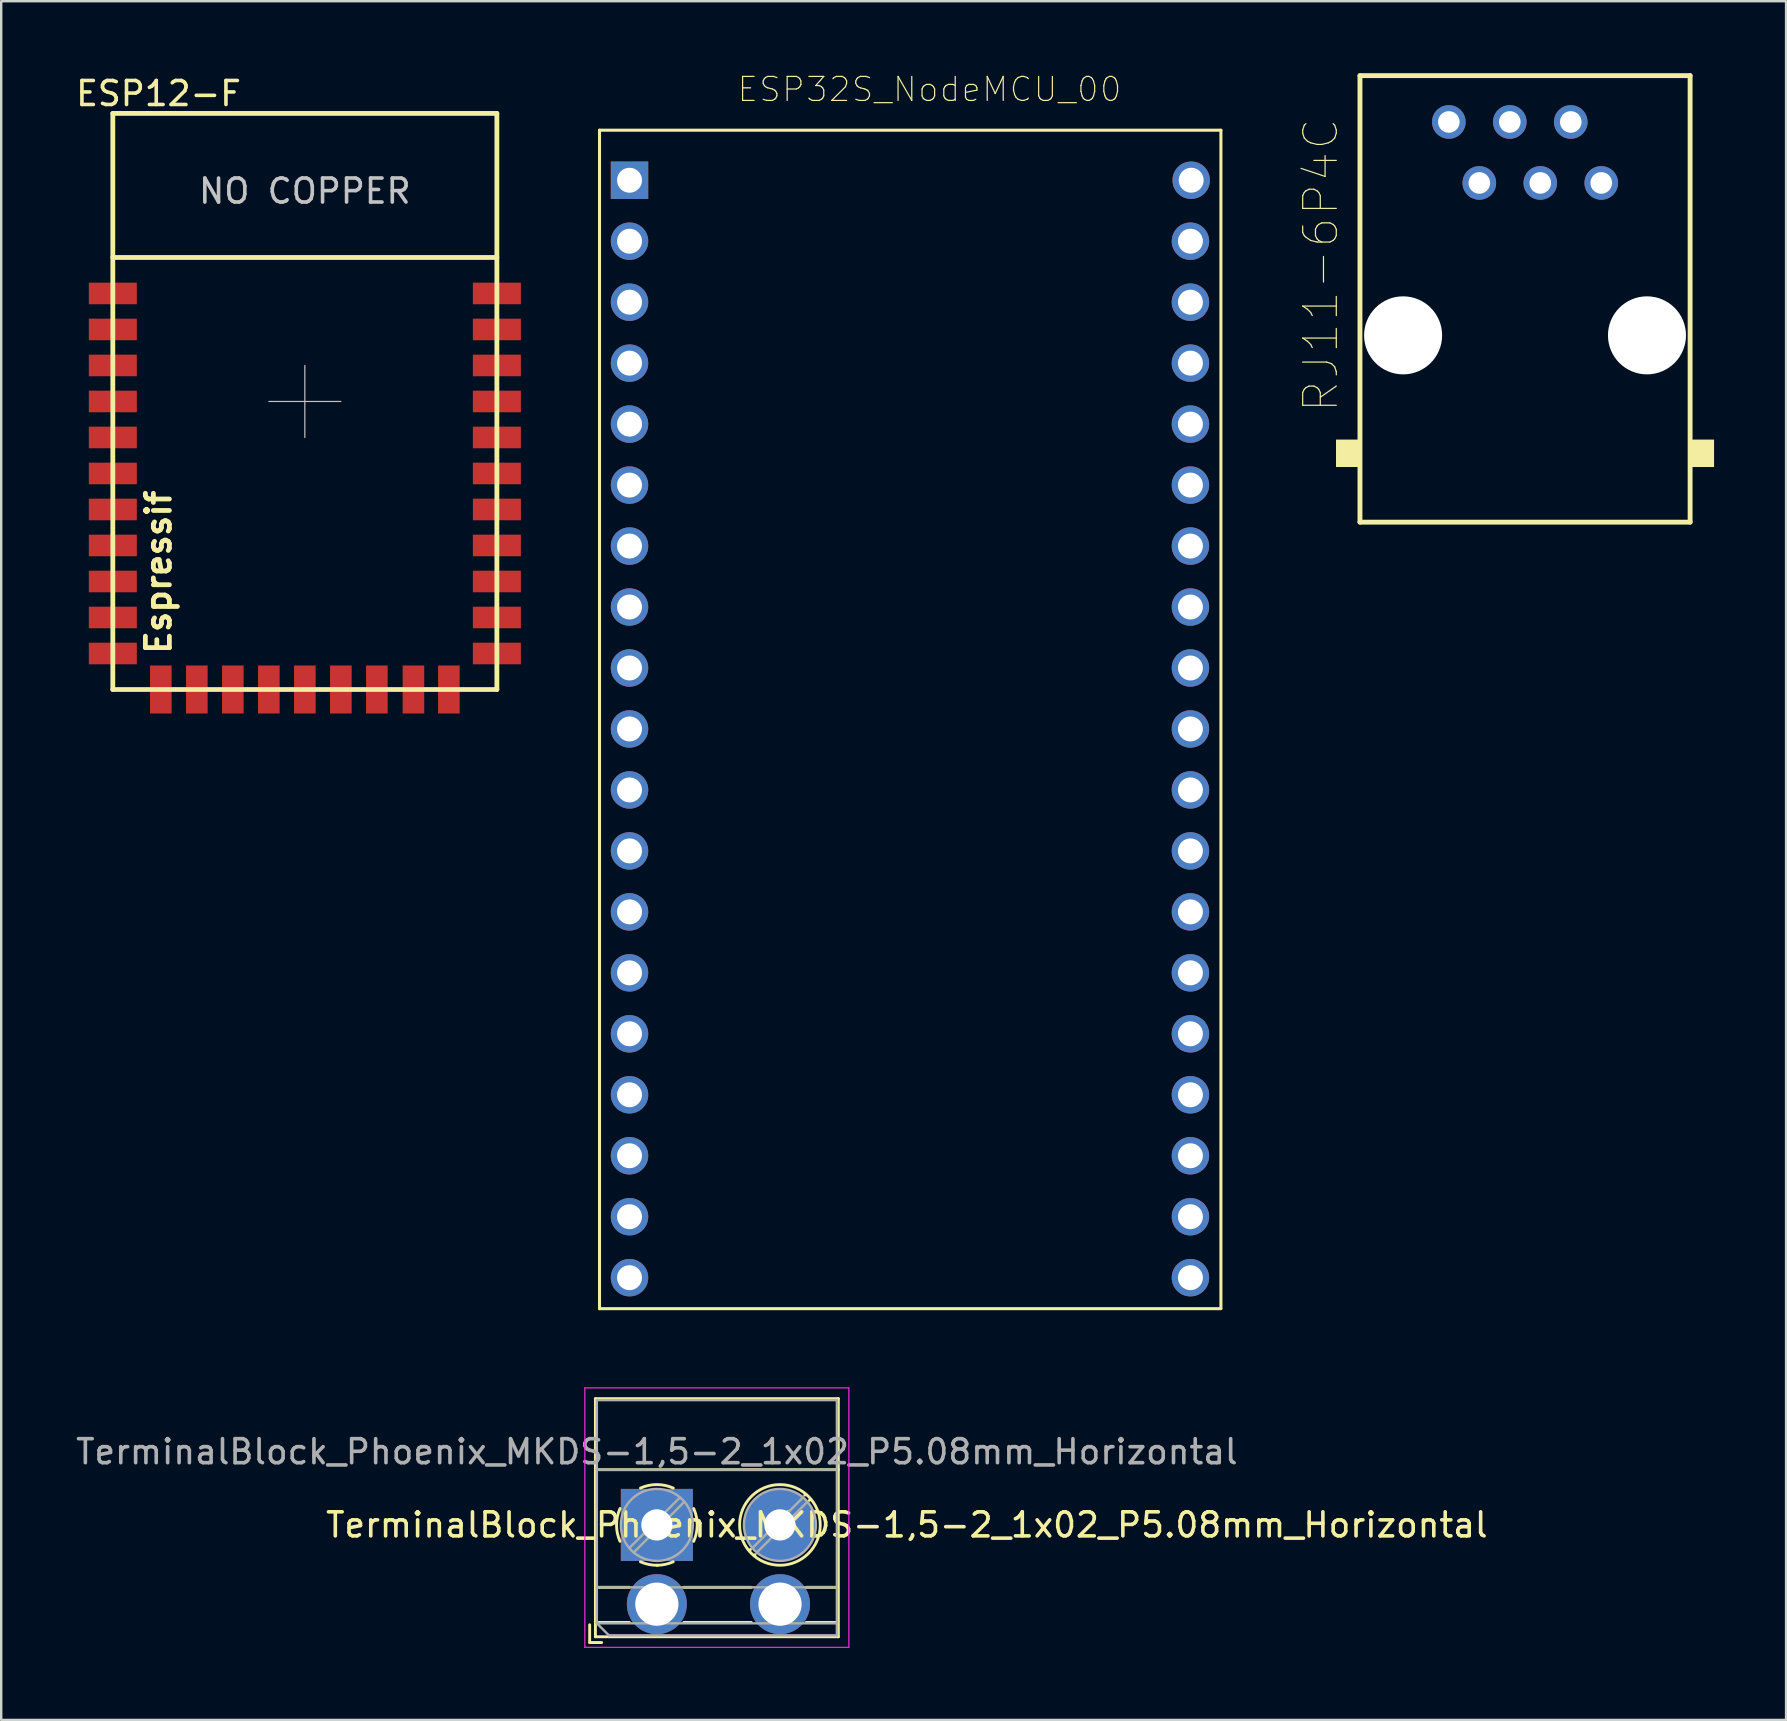
<source format=kicad_pcb>
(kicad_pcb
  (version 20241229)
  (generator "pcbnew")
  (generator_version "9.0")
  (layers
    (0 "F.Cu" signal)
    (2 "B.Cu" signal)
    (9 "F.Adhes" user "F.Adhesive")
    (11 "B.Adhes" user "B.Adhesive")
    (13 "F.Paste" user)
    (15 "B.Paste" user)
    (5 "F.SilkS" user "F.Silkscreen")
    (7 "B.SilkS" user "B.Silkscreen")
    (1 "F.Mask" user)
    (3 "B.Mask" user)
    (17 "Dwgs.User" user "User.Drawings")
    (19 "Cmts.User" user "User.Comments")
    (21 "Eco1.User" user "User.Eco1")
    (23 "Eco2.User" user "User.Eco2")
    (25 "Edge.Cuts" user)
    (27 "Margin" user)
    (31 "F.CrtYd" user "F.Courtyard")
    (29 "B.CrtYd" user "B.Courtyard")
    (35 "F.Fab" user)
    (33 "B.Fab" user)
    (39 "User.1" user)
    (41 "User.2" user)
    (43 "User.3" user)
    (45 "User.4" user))
  (footprint "ESP12-F"
    (layer "F.Cu")
    (at 9.65 13.675)
    (property "Reference" "ESP12-F" (at -6.096 -12.827 0) (layer "F.SilkS") (effects (font (size 1 1) (thickness 0.15))))
    (attr through_hole)
    (fp_line (start -8 -12) (end 8 -12) (stroke (width 0.2) (type solid)) (layer "F.SilkS"))
    (fp_line (start -8 -6) (end 8 -6) (stroke (width 0.2) (type solid)) (layer "F.SilkS"))
    (fp_line (start -8 12) (end -8 -12) (stroke (width 0.2) (type solid)) (layer "F.SilkS"))
    (fp_line (start 8 -12) (end 8 12) (stroke (width 0.2) (type solid)) (layer "F.SilkS"))
    (fp_line (start 8 12) (end -8 12) (stroke (width 0.2) (type solid)) (layer "F.SilkS"))
    (fp_line (start 0 -1.5) (end 0 1.5) (stroke (width 0.05) (type solid)) (layer "Dwgs.User"))
    (fp_line (start 1.5 0) (end -1.5 0) (stroke (width 0.05) (type solid)) (layer "Dwgs.User"))
    (fp_text user "Espressif" (at -6.096 7.112 90) (layer "F.SilkS") (effects (font (size 1 1) (thickness 0.2))))
    (fp_text user "NO COPPER" (at 0 -8.763 0) (layer "Dwgs.User") (effects (font (size 1 1) (thickness 0.15))))
    (pad "1" smd rect (at -8 -4.5) (size 2 0.9) (layers "F.Cu" "F.Mask" "F.Paste"))
    (pad "2" smd rect (at -8 -3) (size 2 0.9) (layers "F.Cu" "F.Mask" "F.Paste"))
    (pad "3" smd rect (at -8 -1.5) (size 2 0.9) (layers "F.Cu" "F.Mask" "F.Paste"))
    (pad "4" smd rect (at -8 0) (size 2 0.9) (layers "F.Cu" "F.Mask" "F.Paste"))
    (pad "5" smd rect (at -8 1.5) (size 2 0.9) (layers "F.Cu" "F.Mask" "F.Paste"))
    (pad "6" smd rect (at -8 3) (size 2 0.9) (layers "F.Cu" "F.Mask" "F.Paste"))
    (pad "7" smd rect (at -8 4.5) (size 2 0.9) (layers "F.Cu" "F.Mask" "F.Paste"))
    (pad "8" smd rect (at -8 6) (size 2 0.9) (layers "F.Cu" "F.Mask" "F.Paste"))
    (pad "9" smd rect (at -8 7.5) (size 2 0.9) (layers "F.Cu" "F.Mask" "F.Paste"))
    (pad "10" smd rect (at -8 9) (size 2 0.9) (layers "F.Cu" "F.Mask" "F.Paste"))
    (pad "11" smd rect (at -8 10.5) (size 2 0.9) (layers "F.Cu" "F.Mask" "F.Paste"))
    (pad "12" smd rect (at -6 12) (size 0.9 2) (layers "F.Cu" "F.Mask" "F.Paste"))
    (pad "13" smd rect (at -4.5 12) (size 0.9 2) (layers "F.Cu" "F.Mask" "F.Paste"))
    (pad "14" smd rect (at -3 12) (size 0.9 2) (layers "F.Cu" "F.Mask" "F.Paste"))
    (pad "15" smd rect (at -1.5 12) (size 0.9 2) (layers "F.Cu" "F.Mask" "F.Paste"))
    (pad "16" smd rect (at 0 12) (size 0.9 2) (layers "F.Cu" "F.Mask" "F.Paste"))
    (pad "17" smd rect (at 1.5 12) (size 0.9 2) (layers "F.Cu" "F.Mask" "F.Paste"))
    (pad "18" smd rect (at 3 12) (size 0.9 2) (layers "F.Cu" "F.Mask" "F.Paste"))
    (pad "19" smd rect (at 4.524 12) (size 0.9 2) (layers "F.Cu" "F.Mask" "F.Paste"))
    (pad "20" smd rect (at 6 12) (size 0.9 2) (layers "F.Cu" "F.Mask" "F.Paste"))
    (pad "21" smd rect (at 8 10.5) (size 2 0.9) (layers "F.Cu" "F.Mask" "F.Paste"))
    (pad "22" smd rect (at 8 9) (size 2 0.9) (layers "F.Cu" "F.Mask" "F.Paste"))
    (pad "23" smd rect (at 8 7.5) (size 2 0.9) (layers "F.Cu" "F.Mask" "F.Paste"))
    (pad "24" smd rect (at 8 6) (size 2 0.9) (layers "F.Cu" "F.Mask" "F.Paste"))
    (pad "25" smd rect (at 8.001 4.5) (size 2 0.9) (layers "F.Cu" "F.Mask" "F.Paste"))
    (pad "26" smd rect (at 8 3) (size 2 0.9) (layers "F.Cu" "F.Mask" "F.Paste"))
    (pad "27" smd rect (at 8 1.5) (size 2 0.9) (layers "F.Cu" "F.Mask" "F.Paste"))
    (pad "28" smd rect (at 8 0) (size 2 0.9) (layers "F.Cu" "F.Mask" "F.Paste"))
    (pad "29" smd rect (at 8 -1.5) (size 2 0.9) (layers "F.Cu" "F.Mask" "F.Paste"))
    (pad "30" smd rect (at 8 -3) (size 2 0.9) (layers "F.Cu" "F.Mask" "F.Paste"))
    (pad "31" smd rect (at 8 -4.5) (size 2 0.9) (layers "F.Cu" "F.Mask" "F.Paste")))
  (footprint "TerminalBlock_Phoenix_MKDS-1,5-2_1x02_P5.08mm_Horizontal"
    (layer "F.Cu")
    (at 24.315 60.479)
    (property "Reference" "TerminalBlock_Phoenix_MKDS-1,5-2_1x02_P5.08mm_Horizontal" (at 10.414 0 0) (layer "F.SilkS") (effects (font (size 1 1) (thickness 0.15))))
    (attr through_hole)
    (fp_line (start -2.8 4.16) (end -2.8 4.9) (stroke (width 0.12) (type solid)) (layer "F.SilkS"))
    (fp_line (start -2.8 4.9) (end -2.3 4.9) (stroke (width 0.12) (type solid)) (layer "F.SilkS"))
    (fp_line (start -2.56 -5.261) (end -2.56 4.66) (stroke (width 0.12) (type solid)) (layer "F.SilkS"))
    (fp_line (start -2.56 -5.261) (end 7.56 -5.261) (stroke (width 0.12) (type solid)) (layer "F.SilkS"))
    (fp_line (start -2.56 -2.301) (end 7.56 -2.301) (stroke (width 0.12) (type solid)) (layer "F.SilkS"))
    (fp_line (start -2.56 2.6) (end -1.143 2.6) (stroke (width 0.12) (type solid)) (layer "F.SilkS"))
    (fp_line (start -2.56 4.064) (end -1.143 4.064) (stroke (width 0.12) (type solid)) (layer "F.SilkS"))
    (fp_line (start -2.56 4.66) (end 7.56 4.66) (stroke (width 0.12) (type solid)) (layer "F.SilkS"))
    (fp_line (start 1.123 2.6) (end 3.937 2.6) (stroke (width 0.12) (type solid)) (layer "F.SilkS"))
    (fp_line (start 1.123 4.064) (end 3.937 4.064) (stroke (width 0.12) (type solid)) (layer "F.SilkS"))
    (fp_line (start 3.9 1.023) (end 3.853 1.069) (stroke (width 0.12) (type solid)) (layer "F.SilkS"))
    (fp_line (start 4.093 1.239) (end 4.058 1.274) (stroke (width 0.12) (type solid)) (layer "F.SilkS"))
    (fp_line (start 6.197 -1.275) (end 6.162 -1.239) (stroke (width 0.12) (type solid)) (layer "F.SilkS"))
    (fp_line (start 6.223 2.6) (end 7.493 2.6) (stroke (width 0.12) (type solid)) (layer "F.SilkS"))
    (fp_line (start 6.223 4.064) (end 7.493 4.064) (stroke (width 0.12) (type solid)) (layer "F.SilkS"))
    (fp_line (start 6.402 -1.069) (end 6.355 -1.023) (stroke (width 0.12) (type solid)) (layer "F.SilkS"))
    (fp_line (start 7.56 -5.261) (end 7.56 4.66) (stroke (width 0.12) (type solid)) (layer "F.SilkS"))
    (fp_arc (start -1.535427 0.683042) (mid -1.680501 -0.000524) (end -1.535 -0.684) (stroke (width 0.12) (type solid)) (layer "F.SilkS"))
    (fp_arc (start -0.683042 -1.535427) (mid 0.000524 -1.680501) (end 0.684 -1.535) (stroke (width 0.12) (type solid)) (layer "F.SilkS"))
    (fp_arc (start 0.028805 1.680253) (mid -0.335551 1.646659) (end -0.684 1.535) (stroke (width 0.12) (type solid)) (layer "F.SilkS"))
    (fp_arc (start 0.683318 1.534756) (mid 0.349292 1.643288) (end 0 1.68) (stroke (width 0.12) (type solid)) (layer "F.SilkS"))
    (fp_arc (start 1.535427 -0.683042) (mid 1.680501 0.000524) (end 1.535 0.684) (stroke (width 0.12) (type solid)) (layer "F.SilkS"))
    (fp_circle (center 5.127 0) (end 6.807 0) (stroke (width 0.12) (type solid)) (fill no) (layer "F.SilkS"))
    (fp_line (start -3 -5.71) (end -3 5.1) (stroke (width 0.05) (type solid)) (layer "F.CrtYd"))
    (fp_line (start -3 5.1) (end 8 5.1) (stroke (width 0.05) (type solid)) (layer "F.CrtYd"))
    (fp_line (start 8 -5.71) (end -3 -5.71) (stroke (width 0.05) (type solid)) (layer "F.CrtYd"))
    (fp_line (start 8 5.1) (end 8 -5.71) (stroke (width 0.05) (type solid)) (layer "F.CrtYd"))
    (fp_line (start -2.5 -5.2) (end 7.5 -5.2) (stroke (width 0.1) (type solid)) (layer "F.Fab"))
    (fp_line (start -2.5 -2.3) (end 7.5 -2.3) (stroke (width 0.1) (type solid)) (layer "F.Fab"))
    (fp_line (start -2.5 2.6) (end 7.5 2.6) (stroke (width 0.1) (type solid)) (layer "F.Fab"))
    (fp_line (start -2.5 4.1) (end -2.5 -5.2) (stroke (width 0.1) (type solid)) (layer "F.Fab"))
    (fp_line (start -2.5 4.1) (end 7.5 4.1) (stroke (width 0.1) (type solid)) (layer "F.Fab"))
    (fp_line (start -2 4.6) (end -2.5 4.1) (stroke (width 0.1) (type solid)) (layer "F.Fab"))
    (fp_line (start 0.955 -1.138) (end -1.138 0.955) (stroke (width 0.1) (type solid)) (layer "F.Fab"))
    (fp_line (start 1.138 -0.955) (end -0.955 1.138) (stroke (width 0.1) (type solid)) (layer "F.Fab"))
    (fp_line (start 6.082 -1.138) (end 3.99 0.955) (stroke (width 0.1) (type solid)) (layer "F.Fab"))
    (fp_line (start 6.265 -0.955) (end 4.173 1.138) (stroke (width 0.1) (type solid)) (layer "F.Fab"))
    (fp_line (start 7.5 -5.2) (end 7.5 4.6) (stroke (width 0.1) (type solid)) (layer "F.Fab"))
    (fp_line (start 7.5 4.6) (end -2 4.6) (stroke (width 0.1) (type solid)) (layer "F.Fab"))
    (fp_circle (center 0 0) (end 1.5 0) (stroke (width 0.1) (type solid)) (fill no) (layer "F.Fab"))
    (fp_circle (center 5.127 0) (end 6.627 0) (stroke (width 0.1) (type solid)) (fill no) (layer "F.Fab"))
    (fp_text user "${REFERENCE}" (at 0 -3.048 0) (layer "F.Fab") (effects (font (size 1 1) (thickness 0.15))))
    (pad "1" thru_hole rect (at 0 0) (size 3 3) (drill 1.3) (layers "*.Cu" "*.Mask"))
    (pad "1" thru_hole circle (at 0 3.302) (size 2.5 2.5) (drill 1.8) (layers "*.Cu" "*.Mask"))
    (pad "2" thru_hole circle (at 5.127 0) (size 3 3) (drill 1.3) (layers "*.Cu" "*.Mask"))
    (pad "2" thru_hole circle (at 5.131 3.302) (size 2.5 2.5) (drill 1.8) (layers "*.Cu" "*.Mask")))
  (footprint "ESP32S_NodeMCU_00"
    (layer "F.Cu")
    (at 35.876 24.219)
    (property "Reference" "ESP32S_NodeMCU_00" (at -0.203 -23.546 0) (layer "F.SilkS") (effects (font (size 1 1) (thickness 0.05))))
    (attr through_hole)
    (fp_line (start -13.95 -21.844) (end 11.938 -21.844) (stroke (width 0.127) (type solid)) (layer "F.SilkS"))
    (fp_line (start -13.95 27.25) (end -13.95 -21.844) (stroke (width 0.127) (type solid)) (layer "F.SilkS"))
    (fp_line (start 11.938 -21.844) (end 11.938 27.222) (stroke (width 0.127) (type solid)) (layer "F.SilkS"))
    (fp_line (start 11.938 27.25) (end -13.95 27.25) (stroke (width 0.127) (type solid)) (layer "F.SilkS"))
    (fp_line (start -14.2 -22.352) (end 12.168 -22.352) (stroke (width 0.05) (type solid)) (layer "Eco1.User"))
    (fp_line (start -14.2 27.5) (end -14.2 -22.352) (stroke (width 0.05) (type solid)) (layer "Eco1.User"))
    (fp_line (start 12.168 -22.352) (end 12.168 27.5) (stroke (width 0.05) (type solid)) (layer "Eco1.User"))
    (fp_line (start 12.168 27.5) (end -14.2 27.5) (stroke (width 0.05) (type solid)) (layer "Eco1.User"))
    (fp_line (start -13.95 -21.844) (end 11.938 -21.844) (stroke (width 0.127) (type solid)) (layer "Eco2.User"))
    (fp_line (start -13.95 27.25) (end -13.95 -21.844) (stroke (width 0.127) (type solid)) (layer "Eco2.User"))
    (fp_line (start 11.938 -21.844) (end 11.938 27.25) (stroke (width 0.127) (type solid)) (layer "Eco2.User"))
    (fp_line (start 11.938 27.25) (end -13.95 27.25) (stroke (width 0.127) (type solid)) (layer "Eco2.User"))
    (fp_circle (center -13.33 -20.916) (end -13.19 -20.916) (stroke (width 0.28) (type solid)) (fill no) (layer "Eco2.User"))
    (fp_circle (center -13.33 -20.916) (end -13.19 -20.916) (stroke (width 0.28) (type solid)) (fill no) (layer "Eco2.User"))
    (pad "1" thru_hole rect (at -12.7 -19.76) (size 1.56 1.56) (drill 1.04) (layers "*.Cu" "*.Mask"))
    (pad "2" thru_hole circle (at -12.7 -17.22) (size 1.56 1.56) (drill 1.04) (layers "*.Cu" "*.Mask"))
    (pad "3" thru_hole circle (at -12.7 -14.68) (size 1.56 1.56) (drill 1.04) (layers "*.Cu" "*.Mask"))
    (pad "4" thru_hole circle (at -12.7 -12.14) (size 1.56 1.56) (drill 1.04) (layers "*.Cu" "*.Mask"))
    (pad "5" thru_hole circle (at -12.7 -9.6) (size 1.56 1.56) (drill 1.04) (layers "*.Cu" "*.Mask"))
    (pad "6" thru_hole circle (at -12.7 -7.06) (size 1.56 1.56) (drill 1.04) (layers "*.Cu" "*.Mask"))
    (pad "7" thru_hole circle (at -12.7 -4.52) (size 1.56 1.56) (drill 1.04) (layers "*.Cu" "*.Mask"))
    (pad "8" thru_hole circle (at -12.7 -1.98) (size 1.56 1.56) (drill 1.04) (layers "*.Cu" "*.Mask"))
    (pad "9" thru_hole circle (at -12.7 0.56) (size 1.56 1.56) (drill 1.04) (layers "*.Cu" "*.Mask"))
    (pad "10" thru_hole circle (at -12.7 3.1) (size 1.56 1.56) (drill 1.04) (layers "*.Cu" "*.Mask"))
    (pad "11" thru_hole circle (at -12.7 5.64) (size 1.56 1.56) (drill 1.04) (layers "*.Cu" "*.Mask"))
    (pad "12" thru_hole circle (at -12.7 8.18) (size 1.56 1.56) (drill 1.04) (layers "*.Cu" "*.Mask"))
    (pad "13" thru_hole circle (at -12.7 10.72) (size 1.56 1.56) (drill 1.04) (layers "*.Cu" "*.Mask"))
    (pad "14" thru_hole circle (at -12.7 13.26) (size 1.56 1.56) (drill 1.04) (layers "*.Cu" "*.Mask"))
    (pad "15" thru_hole circle (at -12.7 15.8) (size 1.56 1.56) (drill 1.04) (layers "*.Cu" "*.Mask"))
    (pad "16" thru_hole circle (at -12.7 18.34) (size 1.56 1.56) (drill 1.04) (layers "*.Cu" "*.Mask"))
    (pad "17" thru_hole circle (at -12.7 20.88) (size 1.56 1.56) (drill 1.04) (layers "*.Cu" "*.Mask"))
    (pad "18" thru_hole circle (at -12.7 23.42) (size 1.56 1.56) (drill 1.04) (layers "*.Cu" "*.Mask"))
    (pad "19" thru_hole circle (at -12.7 25.96) (size 1.56 1.56) (drill 1.04) (layers "*.Cu" "*.Mask"))
    (pad "20" thru_hole circle (at 10.7 -19.761) (size 1.56 1.56) (drill 1.04) (layers "*.Cu" "*.Mask"))
    (pad "21" thru_hole circle (at 10.668 -17.22) (size 1.56 1.56) (drill 1.04) (layers "*.Cu" "*.Mask"))
    (pad "22" thru_hole circle (at 10.668 -14.68) (size 1.56 1.56) (drill 1.04) (layers "*.Cu" "*.Mask"))
    (pad "23" thru_hole circle (at 10.668 -12.14) (size 1.56 1.56) (drill 1.04) (layers "*.Cu" "*.Mask"))
    (pad "24" thru_hole circle (at 10.668 -9.6) (size 1.56 1.56) (drill 1.04) (layers "*.Cu" "*.Mask"))
    (pad "25" thru_hole circle (at 10.668 -7.06) (size 1.56 1.56) (drill 1.04) (layers "*.Cu" "*.Mask"))
    (pad "26" thru_hole circle (at 10.668 -4.52) (size 1.56 1.56) (drill 1.04) (layers "*.Cu" "*.Mask"))
    (pad "27" thru_hole circle (at 10.668 -1.98) (size 1.56 1.56) (drill 1.04) (layers "*.Cu" "*.Mask"))
    (pad "28" thru_hole circle (at 10.668 0.56) (size 1.56 1.56) (drill 1.04) (layers "*.Cu" "*.Mask"))
    (pad "29" thru_hole circle (at 10.668 3.1) (size 1.56 1.56) (drill 1.04) (layers "*.Cu" "*.Mask"))
    (pad "30" thru_hole circle (at 10.668 5.64) (size 1.56 1.56) (drill 1.04) (layers "*.Cu" "*.Mask"))
    (pad "31" thru_hole circle (at 10.668 8.18) (size 1.56 1.56) (drill 1.04) (layers "*.Cu" "*.Mask"))
    (pad "32" thru_hole circle (at 10.668 10.72) (size 1.56 1.56) (drill 1.04) (layers "*.Cu" "*.Mask"))
    (pad "33" thru_hole circle (at 10.668 13.26) (size 1.56 1.56) (drill 1.04) (layers "*.Cu" "*.Mask"))
    (pad "34" thru_hole circle (at 10.668 15.8) (size 1.56 1.56) (drill 1.04) (layers "*.Cu" "*.Mask"))
    (pad "35" thru_hole circle (at 10.668 18.34) (size 1.56 1.56) (drill 1.04) (layers "*.Cu" "*.Mask"))
    (pad "36" thru_hole circle (at 10.668 20.88) (size 1.56 1.56) (drill 1.04) (layers "*.Cu" "*.Mask"))
    (pad "37" thru_hole circle (at 10.668 23.42) (size 1.56 1.56) (drill 1.04) (layers "*.Cu" "*.Mask"))
    (pad "38" thru_hole circle (at 10.668 25.96) (size 1.56 1.56) (drill 1.04) (layers "*.Cu" "*.Mask")))
  (footprint "RJ11-6P4C"
    (layer "F.Cu")
    (at 60.484 10.921)
    (property "Reference" "RJ11-6P4C" (at -8.509 -2.921 90) (layer "F.SilkS") (effects (font (size 1.4 1.4) (thickness 0.05))))
    (attr through_hole)
    (fp_line (start -6.877 -10.819) (end 6.877 -10.819) (stroke (width 0.203) (type solid)) (layer "F.SilkS"))
    (fp_line (start -6.877 7.782) (end -6.877 -10.819) (stroke (width 0.203) (type solid)) (layer "F.SilkS"))
    (fp_line (start 6.877 -10.819) (end 6.877 7.782) (stroke (width 0.203) (type solid)) (layer "F.SilkS"))
    (fp_line (start 6.877 7.782) (end -6.877 7.782) (stroke (width 0.203) (type solid)) (layer "F.SilkS"))
    (fp_poly (pts (xy -7.875 4.342) (xy -6.95 4.342) (xy -6.95 5.485) (xy -7.875 5.485)) (stroke (width 0) (type solid)) (fill yes) (layer "F.SilkS"))
    (fp_poly (pts (xy 6.95 4.342) (xy 7.875 4.342) (xy 7.875 5.485) (xy 6.95 5.485)) (stroke (width 0) (type solid)) (fill yes) (layer "F.SilkS"))
    (fp_line (start 7.811 5.51) (end -7.811 5.51) (stroke (width 0.01) (type solid)) (layer "Eco2.User"))
    (pad "" np_thru_hole circle (at -5.08 0) (size 3.251 3.251) (drill 3.251) (layers "*.Cu" "*.Mask"))
    (pad "" np_thru_hole circle (at 5.08 0) (size 3.251 3.251) (drill 3.251) (layers "*.Cu" "*.Mask"))
    (pad "1" thru_hole circle (at -3.175 -8.89) (size 1.4 1.4) (drill 0.9) (layers "*.Cu" "*.Mask"))
    (pad "2" thru_hole circle (at -1.905 -6.35) (size 1.4 1.4) (drill 0.9) (layers "*.Cu" "*.Mask"))
    (pad "3" thru_hole circle (at -0.635 -8.89) (size 1.4 1.4) (drill 0.9) (layers "*.Cu" "*.Mask"))
    (pad "4" thru_hole circle (at 0.635 -6.35) (size 1.4 1.4) (drill 0.9) (layers "*.Cu" "*.Mask"))
    (pad "5" thru_hole circle (at 1.905 -8.89) (size 1.4 1.4) (drill 0.9) (layers "*.Cu" "*.Mask"))
    (pad "6" thru_hole circle (at 3.175 -6.35) (size 1.4 1.4) (drill 0.9) (layers "*.Cu" "*.Mask")))
  (gr_rect
    (start -3 -3)
    (end 71.359 68.604)
    (stroke (width 0.1) (type default))
    (fill no)
    (layer "Edge.Cuts")))
</source>
